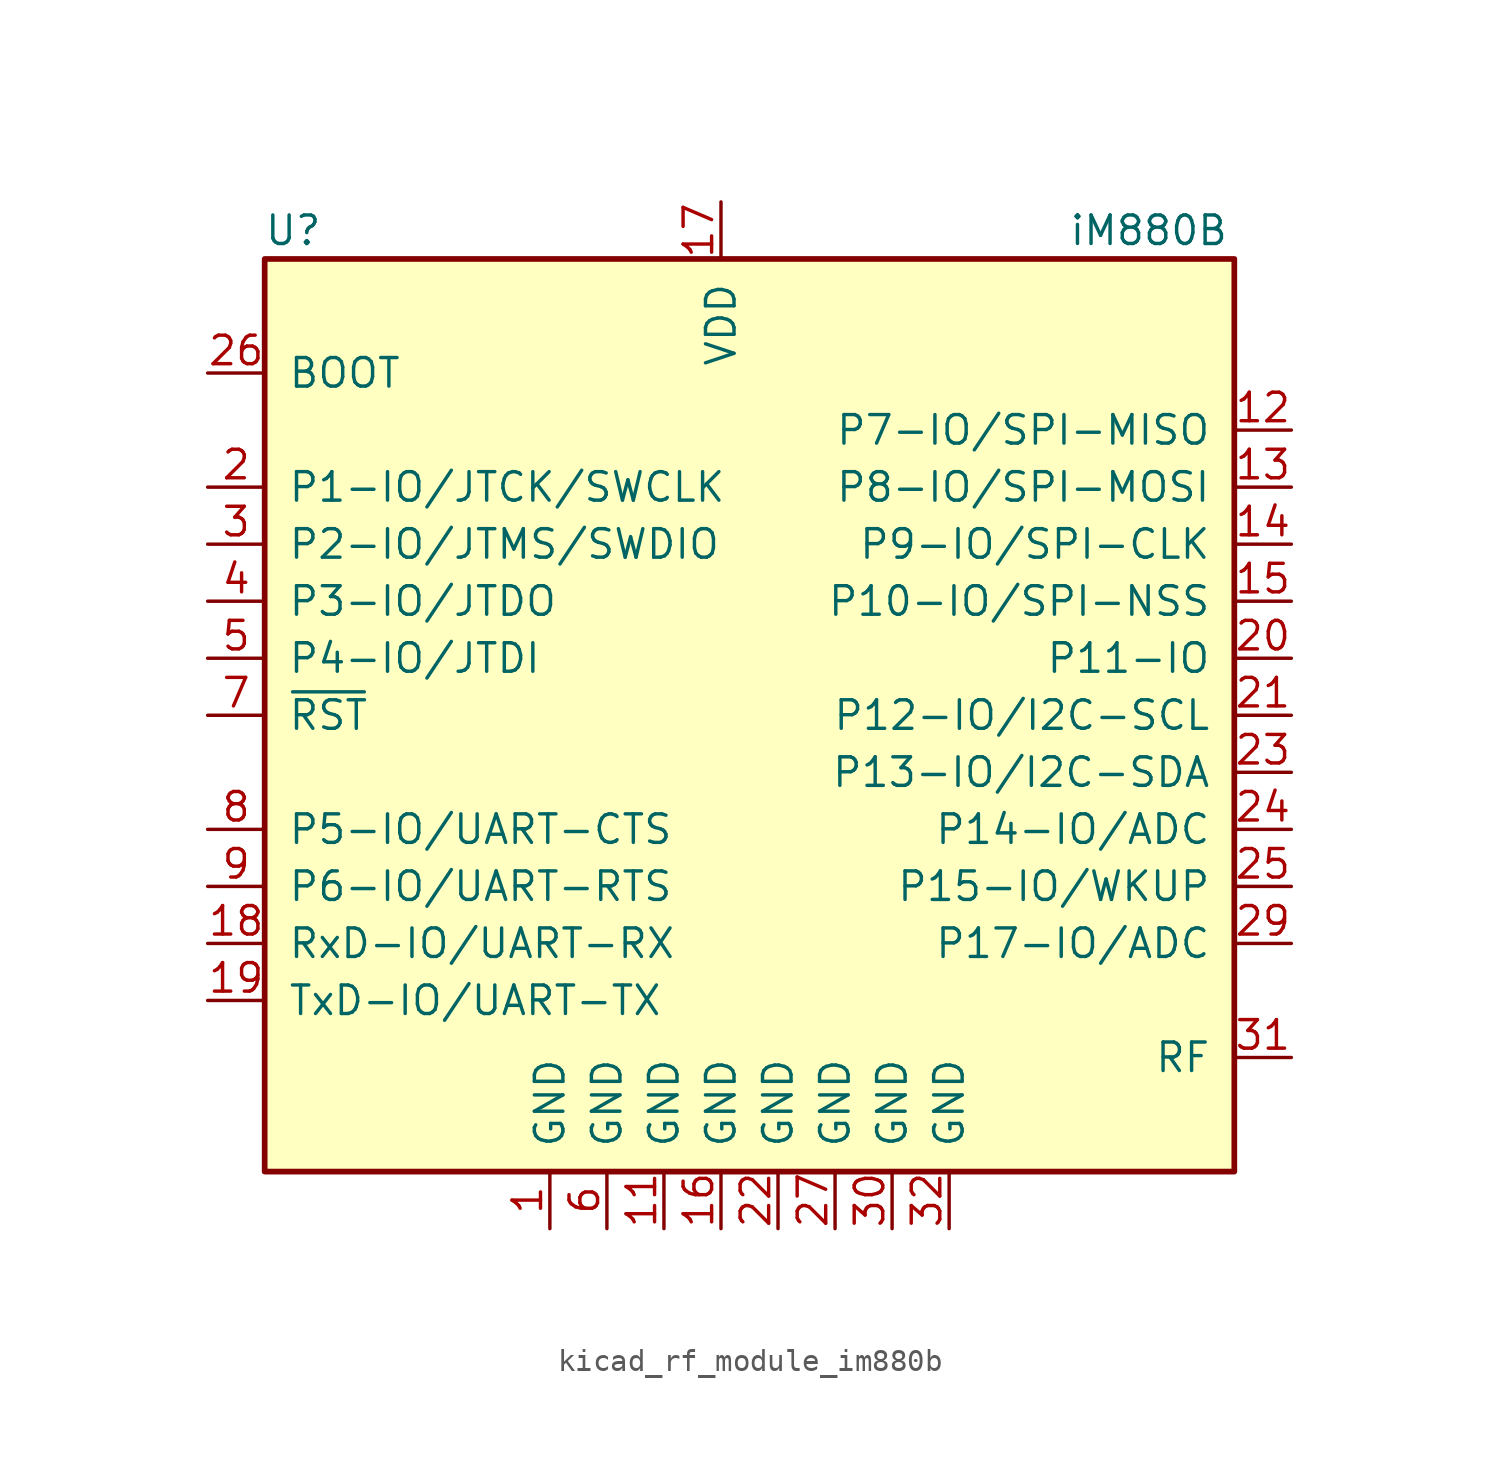
<source format=kicad_sym>
(kicad_symbol_lib
  (version 20220914)
  (generator kicad_symbol_editor)
  (symbol "kicad_rf_module_im880b"
    (pin_names
      (offset 1.016))
    (property "Reference" "U"
      (at -19.05 21.59 0)
      (effects (font (size 1.27 1.27))))
    (property "Value" "iM880B"
      (at 19.05 21.59 0)
      (effects (font (size 1.27 1.27))))
    (symbol "kicad_rf_module_im880b_0_1"
      (rectangle (start -20.32 20.32) (end 22.86 -20.32) (stroke (width 0.254) (type default)) (fill (type background))))
    (symbol "kicad_rf_module_im880b_1_1"
      (pin power_in line (at -7.62 -22.86 90) (length 2.54) (name "GND" (effects (font (size 1.27 1.27)))) (number "1" (effects (font (size 1.27 1.27)))))
      (pin no_connect line (at 5.08 20.32 270) (length 2.54) hide (name "NC" (effects (font (size 1.27 1.27)))) (number "10" (effects (font (size 1.27 1.27)))))
      (pin power_in line (at -2.54 -22.86 90) (length 2.54) (name "GND" (effects (font (size 1.27 1.27)))) (number "11" (effects (font (size 1.27 1.27)))))
      (pin bidirectional line (at 25.4 12.7 180) (length 2.54) (name "P7-IO/SPI-MISO" (effects (font (size 1.27 1.27)))) (number "12" (effects (font (size 1.27 1.27)))))
      (pin bidirectional line (at 25.4 10.16 180) (length 2.54) (name "P8-IO/SPI-MOSI" (effects (font (size 1.27 1.27)))) (number "13" (effects (font (size 1.27 1.27)))))
      (pin bidirectional line (at 25.4 7.62 180) (length 2.54) (name "P9-IO/SPI-CLK" (effects (font (size 1.27 1.27)))) (number "14" (effects (font (size 1.27 1.27)))))
      (pin bidirectional line (at 25.4 5.08 180) (length 2.54) (name "P10-IO/SPI-NSS" (effects (font (size 1.27 1.27)))) (number "15" (effects (font (size 1.27 1.27)))))
      (pin power_in line (at 0 -22.86 90) (length 2.54) (name "GND" (effects (font (size 1.27 1.27)))) (number "16" (effects (font (size 1.27 1.27)))))
      (pin power_in line (at 0 22.86 270) (length 2.54) (name "VDD" (effects (font (size 1.27 1.27)))) (number "17" (effects (font (size 1.27 1.27)))))
      (pin bidirectional line (at -22.86 -10.16 0) (length 2.54) (name "RxD-IO/UART-RX" (effects (font (size 1.27 1.27)))) (number "18" (effects (font (size 1.27 1.27)))))
      (pin bidirectional line (at -22.86 -12.7 0) (length 2.54) (name "TxD-IO/UART-TX" (effects (font (size 1.27 1.27)))) (number "19" (effects (font (size 1.27 1.27)))))
      (pin bidirectional line (at -22.86 10.16 0) (length 2.54) (name "P1-IO/JTCK/SWCLK" (effects (font (size 1.27 1.27)))) (number "2" (effects (font (size 1.27 1.27)))))
      (pin bidirectional line (at 25.4 2.54 180) (length 2.54) (name "P11-IO" (effects (font (size 1.27 1.27)))) (number "20" (effects (font (size 1.27 1.27)))))
      (pin bidirectional line (at 25.4 0 180) (length 2.54) (name "P12-IO/I2C-SCL" (effects (font (size 1.27 1.27)))) (number "21" (effects (font (size 1.27 1.27)))))
      (pin power_in line (at 2.54 -22.86 90) (length 2.54) (name "GND" (effects (font (size 1.27 1.27)))) (number "22" (effects (font (size 1.27 1.27)))))
      (pin bidirectional line (at 25.4 -2.54 180) (length 2.54) (name "P13-IO/I2C-SDA" (effects (font (size 1.27 1.27)))) (number "23" (effects (font (size 1.27 1.27)))))
      (pin bidirectional line (at 25.4 -5.08 180) (length 2.54) (name "P14-IO/ADC" (effects (font (size 1.27 1.27)))) (number "24" (effects (font (size 1.27 1.27)))))
      (pin bidirectional line (at 25.4 -7.62 180) (length 2.54) (name "P15-IO/WKUP" (effects (font (size 1.27 1.27)))) (number "25" (effects (font (size 1.27 1.27)))))
      (pin input line (at -22.86 15.24 0) (length 2.54) (name "BOOT" (effects (font (size 1.27 1.27)))) (number "26" (effects (font (size 1.27 1.27)))))
      (pin power_in line (at 5.08 -22.86 90) (length 2.54) (name "GND" (effects (font (size 1.27 1.27)))) (number "27" (effects (font (size 1.27 1.27)))))
      (pin no_connect line (at 7.62 20.32 270) (length 2.54) hide (name "NC" (effects (font (size 1.27 1.27)))) (number "28" (effects (font (size 1.27 1.27)))))
      (pin bidirectional line (at 25.4 -10.16 180) (length 2.54) (name "P17-IO/ADC" (effects (font (size 1.27 1.27)))) (number "29" (effects (font (size 1.27 1.27)))))
      (pin bidirectional line (at -22.86 7.62 0) (length 2.54) (name "P2-IO/JTMS/SWDIO" (effects (font (size 1.27 1.27)))) (number "3" (effects (font (size 1.27 1.27)))))
      (pin power_in line (at 7.62 -22.86 90) (length 2.54) (name "GND" (effects (font (size 1.27 1.27)))) (number "30" (effects (font (size 1.27 1.27)))))
      (pin bidirectional line (at 25.4 -15.24 180) (length 2.54) (name "RF" (effects (font (size 1.27 1.27)))) (number "31" (effects (font (size 1.27 1.27)))))
      (pin power_in line (at 10.16 -22.86 90) (length 2.54) (name "GND" (effects (font (size 1.27 1.27)))) (number "32" (effects (font (size 1.27 1.27)))))
      (pin bidirectional line (at -22.86 5.08 0) (length 2.54) (name "P3-IO/JTDO" (effects (font (size 1.27 1.27)))) (number "4" (effects (font (size 1.27 1.27)))))
      (pin bidirectional line (at -22.86 2.54 0) (length 2.54) (name "P4-IO/JTDI" (effects (font (size 1.27 1.27)))) (number "5" (effects (font (size 1.27 1.27)))))
      (pin power_in line (at -5.08 -22.86 90) (length 2.54) (name "GND" (effects (font (size 1.27 1.27)))) (number "6" (effects (font (size 1.27 1.27)))))
      (pin input line (at -22.86 0 0) (length 2.54) (name "~{RST}" (effects (font (size 1.27 1.27)))) (number "7" (effects (font (size 1.27 1.27)))))
      (pin bidirectional line (at -22.86 -5.08 0) (length 2.54) (name "P5-IO/UART-CTS" (effects (font (size 1.27 1.27)))) (number "8" (effects (font (size 1.27 1.27)))))
      (pin bidirectional line (at -22.86 -7.62 0) (length 2.54) (name "P6-IO/UART-RTS" (effects (font (size 1.27 1.27)))) (number "9" (effects (font (size 1.27 1.27))))))))
</source>
